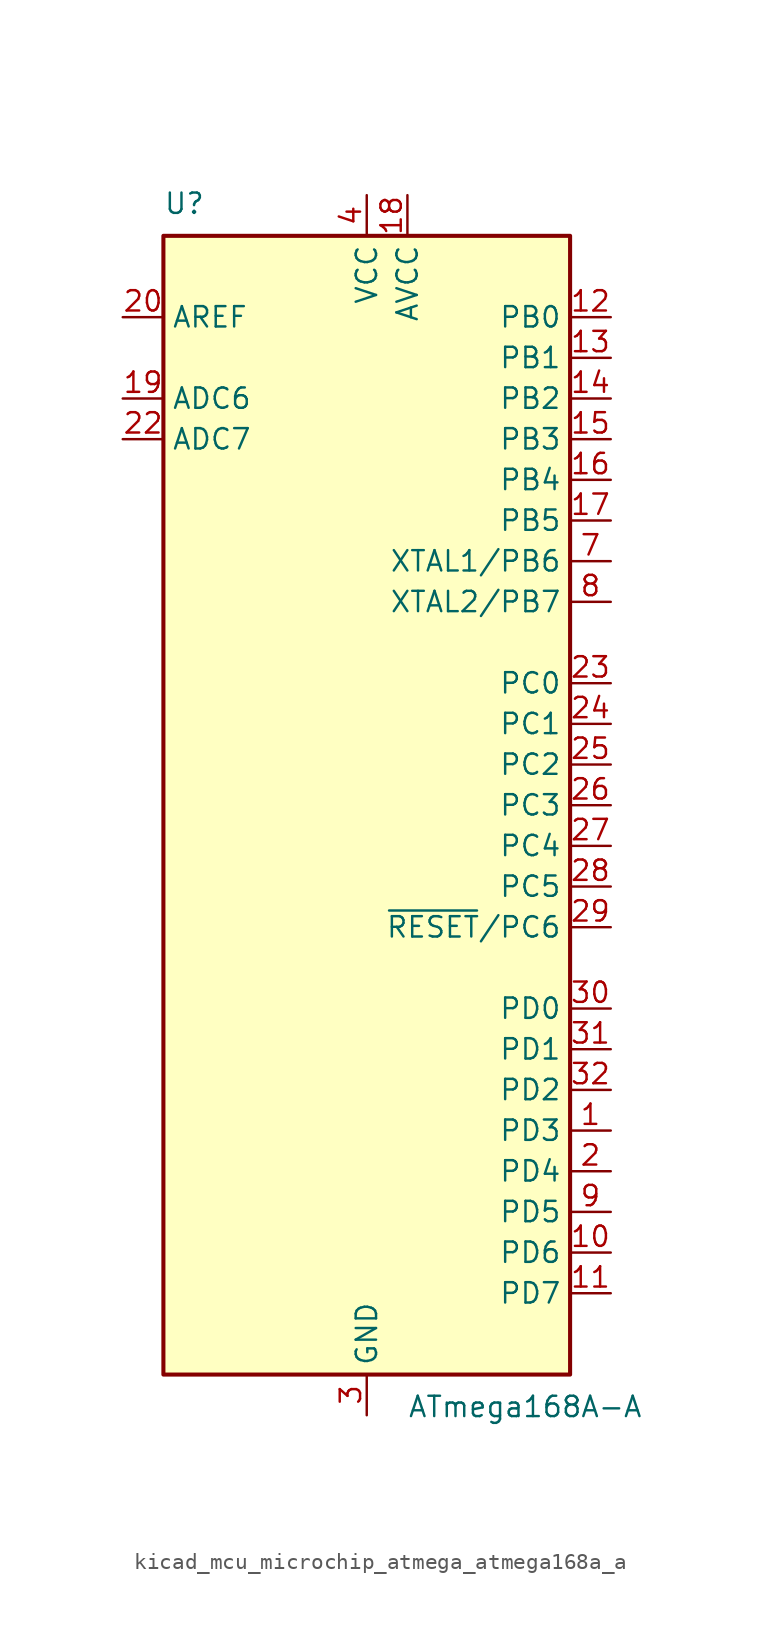
<source format=kicad_sym>
(kicad_symbol_lib
  (version 20220914)
  (generator kicad_symbol_editor)
  (symbol "kicad_mcu_microchip_atmega_atmega168a_a"
    (property "Reference" "U"
      (at -12.7 36.83 0)
      (effects (font (size 1.27 1.27)) (justify left bottom)))
    (property "Value" "ATmega168A-A"
      (at 2.54 -36.83 0)
      (effects (font (size 1.27 1.27)) (justify left top)))
    (symbol "kicad_mcu_microchip_atmega_atmega168a_a_0_1"
      (rectangle (start -12.7 -35.56) (end 12.7 35.56) (stroke (width 0.254) (type default)) (fill (type background))))
    (symbol "kicad_mcu_microchip_atmega_atmega168a_a_1_1"
      (pin bidirectional line (at 15.24 -20.32 180) (length 2.54) (name "PD3" (effects (font (size 1.27 1.27)))) (number "1" (effects (font (size 1.27 1.27)))))
      (pin bidirectional line (at 15.24 -27.94 180) (length 2.54) (name "PD6" (effects (font (size 1.27 1.27)))) (number "10" (effects (font (size 1.27 1.27)))))
      (pin bidirectional line (at 15.24 -30.48 180) (length 2.54) (name "PD7" (effects (font (size 1.27 1.27)))) (number "11" (effects (font (size 1.27 1.27)))))
      (pin bidirectional line (at 15.24 30.48 180) (length 2.54) (name "PB0" (effects (font (size 1.27 1.27)))) (number "12" (effects (font (size 1.27 1.27)))))
      (pin bidirectional line (at 15.24 27.94 180) (length 2.54) (name "PB1" (effects (font (size 1.27 1.27)))) (number "13" (effects (font (size 1.27 1.27)))))
      (pin bidirectional line (at 15.24 25.4 180) (length 2.54) (name "PB2" (effects (font (size 1.27 1.27)))) (number "14" (effects (font (size 1.27 1.27)))))
      (pin bidirectional line (at 15.24 22.86 180) (length 2.54) (name "PB3" (effects (font (size 1.27 1.27)))) (number "15" (effects (font (size 1.27 1.27)))))
      (pin bidirectional line (at 15.24 20.32 180) (length 2.54) (name "PB4" (effects (font (size 1.27 1.27)))) (number "16" (effects (font (size 1.27 1.27)))))
      (pin bidirectional line (at 15.24 17.78 180) (length 2.54) (name "PB5" (effects (font (size 1.27 1.27)))) (number "17" (effects (font (size 1.27 1.27)))))
      (pin power_in line (at 2.54 38.1 270) (length 2.54) (name "AVCC" (effects (font (size 1.27 1.27)))) (number "18" (effects (font (size 1.27 1.27)))))
      (pin input line (at -15.24 25.4 0) (length 2.54) (name "ADC6" (effects (font (size 1.27 1.27)))) (number "19" (effects (font (size 1.27 1.27)))))
      (pin bidirectional line (at 15.24 -22.86 180) (length 2.54) (name "PD4" (effects (font (size 1.27 1.27)))) (number "2" (effects (font (size 1.27 1.27)))))
      (pin passive line (at -15.24 30.48 0) (length 2.54) (name "AREF" (effects (font (size 1.27 1.27)))) (number "20" (effects (font (size 1.27 1.27)))))
      (pin passive line (at 0 -38.1 90) (length 2.54) hide (name "GND" (effects (font (size 1.27 1.27)))) (number "21" (effects (font (size 1.27 1.27)))))
      (pin input line (at -15.24 22.86 0) (length 2.54) (name "ADC7" (effects (font (size 1.27 1.27)))) (number "22" (effects (font (size 1.27 1.27)))))
      (pin bidirectional line (at 15.24 7.62 180) (length 2.54) (name "PC0" (effects (font (size 1.27 1.27)))) (number "23" (effects (font (size 1.27 1.27)))))
      (pin bidirectional line (at 15.24 5.08 180) (length 2.54) (name "PC1" (effects (font (size 1.27 1.27)))) (number "24" (effects (font (size 1.27 1.27)))))
      (pin bidirectional line (at 15.24 2.54 180) (length 2.54) (name "PC2" (effects (font (size 1.27 1.27)))) (number "25" (effects (font (size 1.27 1.27)))))
      (pin bidirectional line (at 15.24 0 180) (length 2.54) (name "PC3" (effects (font (size 1.27 1.27)))) (number "26" (effects (font (size 1.27 1.27)))))
      (pin bidirectional line (at 15.24 -2.54 180) (length 2.54) (name "PC4" (effects (font (size 1.27 1.27)))) (number "27" (effects (font (size 1.27 1.27)))))
      (pin bidirectional line (at 15.24 -5.08 180) (length 2.54) (name "PC5" (effects (font (size 1.27 1.27)))) (number "28" (effects (font (size 1.27 1.27)))))
      (pin bidirectional line (at 15.24 -7.62 180) (length 2.54) (name "~{RESET}/PC6" (effects (font (size 1.27 1.27)))) (number "29" (effects (font (size 1.27 1.27)))))
      (pin power_in line (at 0 -38.1 90) (length 2.54) (name "GND" (effects (font (size 1.27 1.27)))) (number "3" (effects (font (size 1.27 1.27)))))
      (pin bidirectional line (at 15.24 -12.7 180) (length 2.54) (name "PD0" (effects (font (size 1.27 1.27)))) (number "30" (effects (font (size 1.27 1.27)))))
      (pin bidirectional line (at 15.24 -15.24 180) (length 2.54) (name "PD1" (effects (font (size 1.27 1.27)))) (number "31" (effects (font (size 1.27 1.27)))))
      (pin bidirectional line (at 15.24 -17.78 180) (length 2.54) (name "PD2" (effects (font (size 1.27 1.27)))) (number "32" (effects (font (size 1.27 1.27)))))
      (pin power_in line (at 0 38.1 270) (length 2.54) (name "VCC" (effects (font (size 1.27 1.27)))) (number "4" (effects (font (size 1.27 1.27)))))
      (pin passive line (at 0 -38.1 90) (length 2.54) hide (name "GND" (effects (font (size 1.27 1.27)))) (number "5" (effects (font (size 1.27 1.27)))))
      (pin passive line (at 0 38.1 270) (length 2.54) hide (name "VCC" (effects (font (size 1.27 1.27)))) (number "6" (effects (font (size 1.27 1.27)))))
      (pin bidirectional line (at 15.24 15.24 180) (length 2.54) (name "XTAL1/PB6" (effects (font (size 1.27 1.27)))) (number "7" (effects (font (size 1.27 1.27)))))
      (pin bidirectional line (at 15.24 12.7 180) (length 2.54) (name "XTAL2/PB7" (effects (font (size 1.27 1.27)))) (number "8" (effects (font (size 1.27 1.27)))))
      (pin bidirectional line (at 15.24 -25.4 180) (length 2.54) (name "PD5" (effects (font (size 1.27 1.27)))) (number "9" (effects (font (size 1.27 1.27))))))))
</source>
